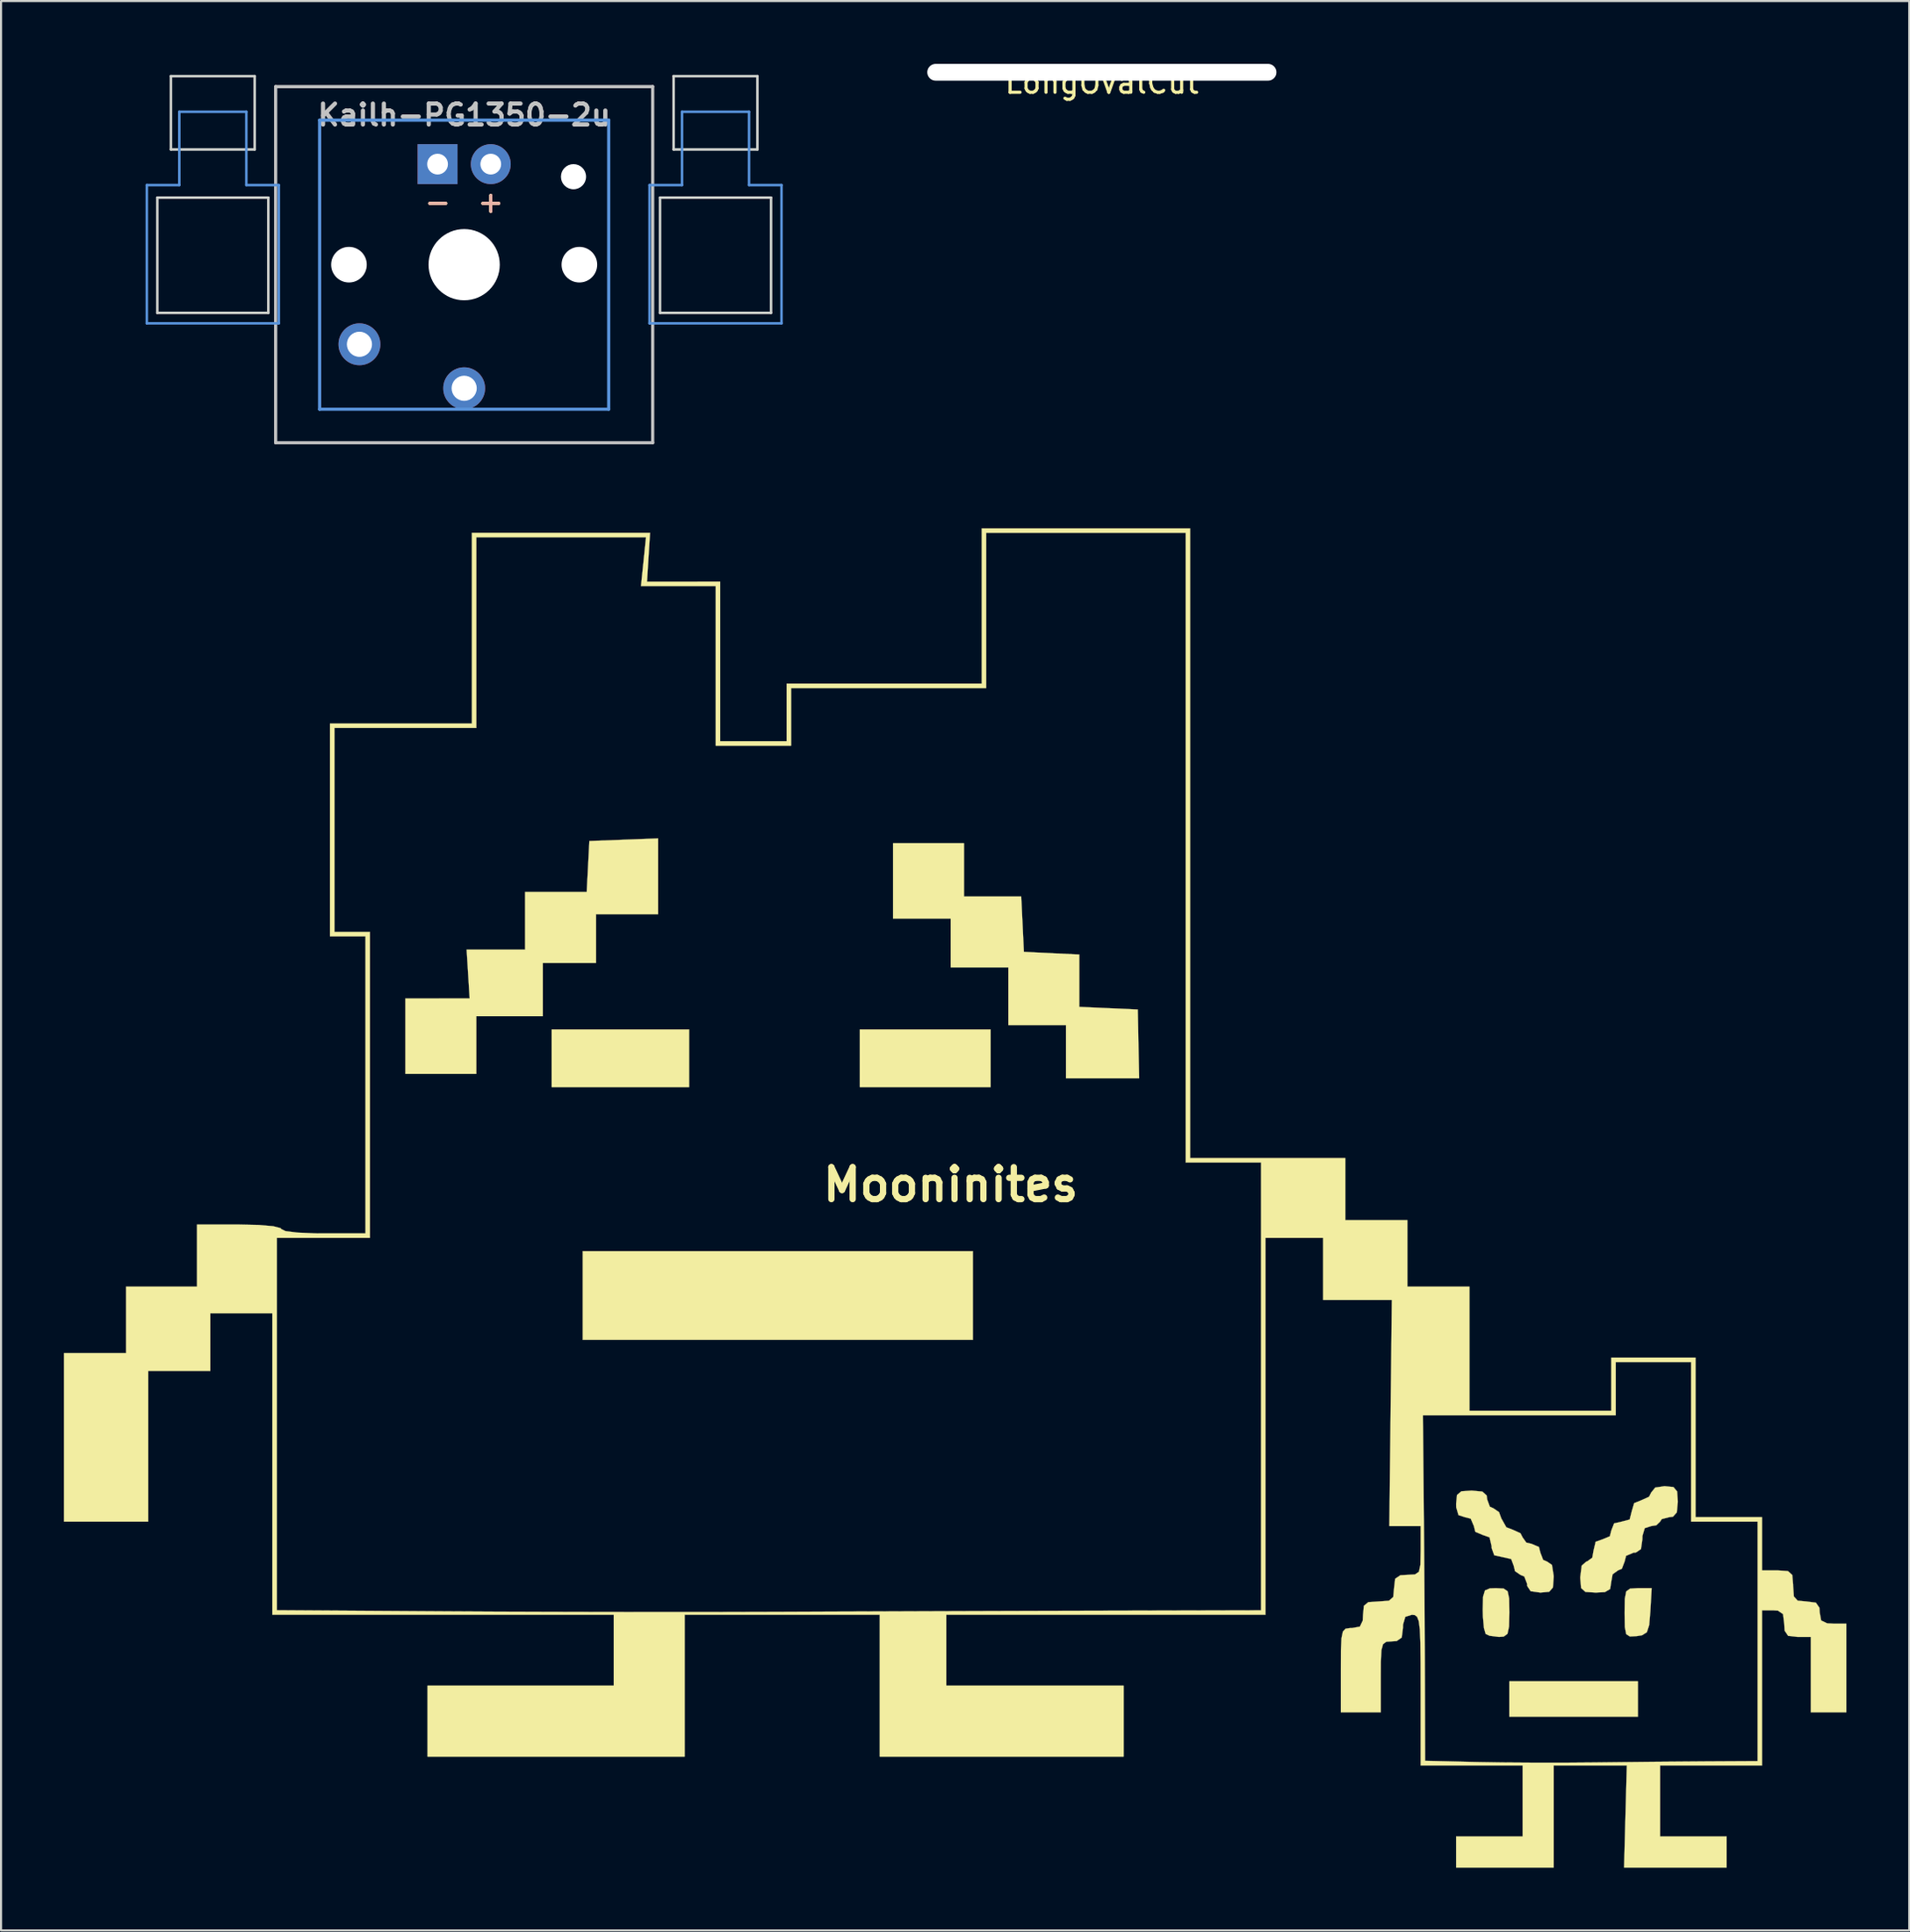
<source format=kicad_pcb>
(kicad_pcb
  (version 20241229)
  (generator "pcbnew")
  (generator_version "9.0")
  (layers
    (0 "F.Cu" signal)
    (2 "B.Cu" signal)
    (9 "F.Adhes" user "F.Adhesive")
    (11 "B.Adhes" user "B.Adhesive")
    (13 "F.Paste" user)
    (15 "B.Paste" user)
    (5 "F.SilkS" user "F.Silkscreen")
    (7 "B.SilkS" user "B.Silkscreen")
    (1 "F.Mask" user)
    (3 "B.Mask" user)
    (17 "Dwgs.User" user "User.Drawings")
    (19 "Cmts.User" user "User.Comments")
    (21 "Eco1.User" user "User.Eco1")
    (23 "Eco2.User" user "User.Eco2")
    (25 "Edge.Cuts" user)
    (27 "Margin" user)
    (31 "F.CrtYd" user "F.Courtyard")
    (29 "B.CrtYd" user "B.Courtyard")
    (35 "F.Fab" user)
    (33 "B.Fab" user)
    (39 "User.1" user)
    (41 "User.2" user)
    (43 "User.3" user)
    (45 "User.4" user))
  (footprint "Mooninites"
    (layer "F.Cu")
    (at 42.338 53.502)
    (property "Reference" "Mooninites" (at 0 0 0) (layer "F.SilkS") (effects (font (size 1.524 1.524) (thickness 0.3))))
    (attr through_hole)
    (fp_poly (pts (xy -12.488 -4.657) (xy -19.05 -4.657) (xy -19.05 -7.408) (xy -12.488 -7.408) (xy -12.488 -4.657)) (stroke (width 0.01) (type solid)) (fill yes) (layer "F.SilkS"))
    (fp_poly (pts (xy 1.058 7.408) (xy -17.568 7.408) (xy -17.568 3.175) (xy 1.058 3.175) (xy 1.058 7.408)) (stroke (width 0.01) (type solid)) (fill yes) (layer "F.SilkS"))
    (fp_poly (pts (xy 1.905 -4.657) (xy -4.339 -4.657) (xy -4.339 -7.408) (xy 1.905 -7.408) (xy 1.905 -4.657)) (stroke (width 0.01) (type solid)) (fill yes) (layer "F.SilkS"))
    (fp_poly (pts (xy 32.808 25.4) (xy 26.67 25.4) (xy 26.67 23.707) (xy 32.808 23.707) (xy 32.808 25.4)) (stroke (width 0.01) (type solid)) (fill yes) (layer "F.SilkS"))
    (fp_poly (pts (xy 33.401 20.373) (xy 33.346 21.024) (xy 33.236 21.365) (xy 33.009 21.509) (xy 32.755 21.551) (xy 32.424 21.569) (xy 32.251 21.458) (xy 32.184 21.122) (xy 32.173 20.462) (xy 32.173 20.44) (xy 32.183 19.769) (xy 32.251 19.418) (xy 32.434 19.284) (xy 32.788 19.262) (xy 32.819 19.262) (xy 33.465 19.262) (xy 33.401 20.373)) (stroke (width 0.01) (type solid)) (fill yes) (layer "F.SilkS"))
    (fp_poly (pts (xy 26.398 19.281) (xy 26.587 19.409) (xy 26.659 19.75) (xy 26.67 20.408) (xy 26.67 20.426) (xy 26.655 21.094) (xy 26.581 21.442) (xy 26.404 21.572) (xy 26.176 21.59) (xy 25.732 21.535) (xy 25.541 21.449) (xy 25.458 21.17) (xy 25.408 20.622) (xy 25.4 20.285) (xy 25.415 19.672) (xy 25.507 19.371) (xy 25.744 19.271) (xy 26.035 19.262) (xy 26.398 19.281)) (stroke (width 0.01) (type solid)) (fill yes) (layer "F.SilkS"))
    (fp_poly (pts (xy -13.97 -12.912) (xy -16.933 -12.912) (xy -16.933 -10.583) (xy -19.473 -10.583) (xy -19.473 -8.043) (xy -22.648 -8.043) (xy -22.648 -5.292) (xy -26.035 -5.292) (xy -26.035 -8.89) (xy -24.5 -8.89) (xy -22.966 -8.889) (xy -23.038 -10.054) (xy -23.111 -11.218) (xy -20.32 -11.218) (xy -20.32 -13.97) (xy -17.378 -13.97) (xy -17.314 -15.187) (xy -17.251 -16.404) (xy -15.61 -16.466) (xy -13.97 -16.528) (xy -13.97 -12.912)) (stroke (width 0.01) (type solid)) (fill yes) (layer "F.SilkS"))
    (fp_poly (pts (xy 0.635 -13.758) (xy 3.366 -13.758) (xy 3.493 -11.113) (xy 4.815 -11.049) (xy 6.138 -10.986) (xy 6.138 -8.486) (xy 7.534 -8.423) (xy 8.931 -8.361) (xy 8.963 -6.72) (xy 8.996 -5.08) (xy 7.25 -5.08) (xy 5.503 -5.08) (xy 5.503 -7.62) (xy 2.752 -7.62) (xy 2.752 -10.372) (xy 0 -10.372) (xy 0 -12.7) (xy -2.752 -12.7) (xy -2.752 -16.298) (xy 0.635 -16.298) (xy 0.635 -13.758)) (stroke (width 0.01) (type solid)) (fill yes) (layer "F.SilkS"))
    (fp_poly (pts (xy 25.381 14.652) (xy 25.587 14.837) (xy 25.612 15.028) (xy 25.738 15.372) (xy 25.914 15.452) (xy 26.177 15.632) (xy 26.285 15.928) (xy 26.526 16.356) (xy 26.829 16.472) (xy 27.201 16.639) (xy 27.305 16.842) (xy 27.481 17.088) (xy 27.728 17.145) (xy 28.082 17.295) (xy 28.152 17.568) (xy 28.284 17.913) (xy 28.469 17.992) (xy 28.704 18.152) (xy 28.786 18.665) (xy 28.787 18.733) (xy 28.751 19.23) (xy 28.572 19.434) (xy 28.152 19.473) (xy 27.687 19.407) (xy 27.523 19.159) (xy 27.517 19.05) (xy 27.384 18.705) (xy 27.199 18.627) (xy 26.941 18.45) (xy 26.882 18.203) (xy 26.758 17.871) (xy 26.352 17.78) (xy 25.95 17.693) (xy 25.826 17.348) (xy 25.823 17.251) (xy 25.724 16.836) (xy 25.4 16.722) (xy 25.046 16.572) (xy 24.977 16.298) (xy 24.827 15.945) (xy 24.553 15.875) (xy 24.243 15.775) (xy 24.134 15.404) (xy 24.13 15.24) (xy 24.171 14.813) (xy 24.381 14.638) (xy 24.871 14.605) (xy 25.381 14.652)) (stroke (width 0.01) (type solid)) (fill yes) (layer "F.SilkS"))
    (fp_poly (pts (xy 34.505 14.435) (xy 34.68 14.644) (xy 34.713 15.134) (xy 34.666 15.645) (xy 34.481 15.851) (xy 34.29 15.875) (xy 33.946 15.964) (xy 33.867 16.087) (xy 33.689 16.259) (xy 33.443 16.298) (xy 33.133 16.398) (xy 33.024 16.769) (xy 33.02 16.933) (xy 32.953 17.398) (xy 32.706 17.562) (xy 32.597 17.568) (xy 32.243 17.718) (xy 32.173 17.992) (xy 32.041 18.336) (xy 31.856 18.415) (xy 31.6 18.599) (xy 31.538 18.944) (xy 31.483 19.302) (xy 31.234 19.449) (xy 30.797 19.473) (xy 30.301 19.441) (xy 30.097 19.256) (xy 30.057 18.789) (xy 30.057 18.733) (xy 30.126 18.185) (xy 30.345 17.993) (xy 30.374 17.992) (xy 30.63 17.808) (xy 30.692 17.462) (xy 30.791 17.048) (xy 31.115 16.933) (xy 31.469 16.784) (xy 31.538 16.51) (xy 31.672 16.17) (xy 32.031 16.087) (xy 32.414 15.986) (xy 32.508 15.616) (xy 32.508 15.61) (xy 32.629 15.204) (xy 32.967 15.067) (xy 33.339 14.899) (xy 33.443 14.696) (xy 33.634 14.46) (xy 34.078 14.393) (xy 34.505 14.435)) (stroke (width 0.01) (type solid)) (fill yes) (layer "F.SilkS"))
    (fp_poly (pts (xy 11.43 -1.27) (xy 18.838 -1.27) (xy 18.838 1.693) (xy 21.802 1.693) (xy 21.802 4.868) (xy 24.765 4.868) (xy 24.765 10.795) (xy 31.538 10.795) (xy 31.538 8.255) (xy 35.56 8.255) (xy 35.56 15.875) (xy 38.735 15.875) (xy 38.735 18.415) (xy 39.476 18.415) (xy 39.972 18.448) (xy 40.176 18.633) (xy 40.217 19.099) (xy 40.217 19.156) (xy 40.252 19.654) (xy 40.432 19.858) (xy 40.852 19.897) (xy 41.305 19.954) (xy 41.472 20.196) (xy 41.487 20.426) (xy 41.555 20.804) (xy 41.846 20.942) (xy 42.122 20.955) (xy 42.757 20.955) (xy 42.757 25.188) (xy 41.063 25.188) (xy 41.063 21.59) (xy 40.428 21.59) (xy 39.979 21.538) (xy 39.813 21.29) (xy 39.793 20.955) (xy 39.736 20.501) (xy 39.494 20.335) (xy 39.264 20.32) (xy 38.735 20.32) (xy 38.735 27.728) (xy 33.867 27.728) (xy 33.867 31.115) (xy 37.042 31.115) (xy 37.042 32.597) (xy 32.148 32.597) (xy 32.213 30.162) (xy 32.279 27.728) (xy 28.787 27.728) (xy 28.787 32.597) (xy 24.13 32.597) (xy 24.13 31.115) (xy 27.305 31.115) (xy 27.305 27.728) (xy 22.437 27.728) (xy 22.437 24.13) (xy 22.434 22.819) (xy 22.423 21.872) (xy 22.396 21.23) (xy 22.346 20.835) (xy 22.265 20.626) (xy 22.148 20.544) (xy 22.013 20.532) (xy 21.703 20.631) (xy 21.594 21.003) (xy 21.59 21.167) (xy 21.533 21.62) (xy 21.291 21.787) (xy 21.061 21.802) (xy 20.798 21.82) (xy 20.641 21.931) (xy 20.562 22.223) (xy 20.535 22.781) (xy 20.532 23.495) (xy 20.532 25.188) (xy 18.627 25.188) (xy 18.627 23.177) (xy 18.63 22.246) (xy 18.655 21.658) (xy 18.722 21.336) (xy 18.852 21.198) (xy 19.066 21.167) (xy 19.156 21.167) (xy 19.534 21.098) (xy 19.672 20.808) (xy 19.685 20.532) (xy 19.726 20.105) (xy 19.936 19.93) (xy 20.426 19.897) (xy 20.924 19.861) (xy 21.128 19.682) (xy 21.167 19.262) (xy 21.219 18.812) (xy 21.467 18.646) (xy 21.802 18.627) (xy 22.165 18.607) (xy 22.354 18.479) (xy 22.425 18.138) (xy 22.437 17.48) (xy 22.437 17.462) (xy 22.437 16.298) (xy 20.941 16.298) (xy 21 11.007) (xy 22.543 11.007) (xy 22.586 15.611) (xy 22.601 17.277) (xy 22.614 19.09) (xy 22.626 20.905) (xy 22.634 22.575) (xy 22.639 23.859) (xy 22.648 27.503) (xy 25.135 27.563) (xy 26.341 27.583) (xy 27.788 27.593) (xy 29.296 27.594) (xy 30.683 27.583) (xy 30.692 27.583) (xy 32.062 27.567) (xy 33.54 27.551) (xy 34.951 27.539) (xy 36.117 27.53) (xy 36.142 27.53) (xy 38.523 27.517) (xy 38.523 16.087) (xy 35.348 16.087) (xy 35.348 8.467) (xy 31.75 8.467) (xy 31.75 11.007) (xy 27.146 11.007) (xy 22.543 11.007) (xy 21 11.007) (xy 21.001 10.901) (xy 21.061 5.503) (xy 19.42 5.503) (xy 17.78 5.503) (xy 17.78 2.54) (xy 15.028 2.54) (xy 15.028 20.532) (xy -0.212 20.532) (xy -0.212 23.918) (xy 8.255 23.918) (xy 8.255 27.305) (xy -3.387 27.305) (xy -3.387 20.532) (xy -12.7 20.532) (xy -12.7 27.305) (xy -24.977 27.305) (xy -24.977 23.918) (xy -16.087 23.918) (xy -16.087 20.532) (xy -32.385 20.532) (xy -32.385 6.138) (xy -35.348 6.138) (xy -35.348 8.89) (xy -38.312 8.89) (xy -38.312 16.087) (xy -42.333 16.087) (xy -42.333 8.043) (xy -39.37 8.043) (xy -39.37 4.868) (xy -35.983 4.868) (xy -35.983 2.54) (xy -32.173 2.54) (xy -32.173 20.315) (xy -23.971 20.37) (xy -21.695 20.383) (xy -19.16 20.392) (xy -16.49 20.398) (xy -13.813 20.401) (xy -11.253 20.4) (xy -8.936 20.394) (xy -8.043 20.391) (xy -5.808 20.381) (xy -3.297 20.372) (xy -0.644 20.362) (xy 2.016 20.353) (xy 4.549 20.345) (xy 6.82 20.339) (xy 7.25 20.338) (xy 14.817 20.32) (xy 14.817 -1.058) (xy 11.218 -1.058) (xy 11.218 -31.115) (xy 1.693 -31.115) (xy 1.693 -23.707) (xy -7.62 -23.707) (xy -7.62 -20.955) (xy -11.218 -20.955) (xy -11.218 -28.575) (xy -13.002 -28.575) (xy -14.786 -28.575) (xy -14.666 -29.739) (xy -14.546 -30.903) (xy -22.648 -30.903) (xy -22.648 -21.802) (xy -29.422 -21.802) (xy -29.422 -12.065) (xy -27.728 -12.065) (xy -27.728 2.54) (xy -32.173 2.54) (xy -35.983 2.54) (xy -35.983 1.905) (xy -33.972 1.905) (xy -33.024 1.926) (xy -32.343 1.985) (xy -31.994 2.074) (xy -31.962 2.117) (xy -31.761 2.217) (xy -31.203 2.288) (xy -30.352 2.325) (xy -29.951 2.328) (xy -27.94 2.328) (xy -27.94 -11.853) (xy -29.633 -11.853) (xy -29.633 -22.013) (xy -22.86 -22.013) (xy -22.86 -31.115) (xy -14.354 -31.115) (xy -14.427 -29.951) (xy -14.499 -28.786) (xy -12.753 -28.786) (xy -11.007 -28.787) (xy -11.007 -21.167) (xy -7.832 -21.167) (xy -7.832 -23.918) (xy 1.482 -23.918) (xy 1.482 -31.327) (xy 11.43 -31.327) (xy 11.43 -1.27)) (stroke (width 0.01) (type solid)) (fill yes) (layer "F.SilkS")))
  (footprint "LongOvalCut"
    (layer "F.Cu")
    (at 49.554 0.4)
    (property "Reference" "LongOvalCut" (at 0 0.5 0) (layer "F.SilkS") (effects (font (size 1 1) (thickness 0.15))))
    (attr through_hole)
    (pad "" np_thru_hole oval (at 0 0) (size 16.669 0.8) (drill oval 16.669 0.8) (layers "*.Cu" "*.Mask")))
  (footprint "Kailh-PG1350-2u"
    (layer "F.Cu")
    (at 19.11 9.585)
    (property "Reference" "Kailh-PG1350-2u" (at 0 -7.144 180) (layer "Dwgs.User") (effects (font (size 1 1) (thickness 0.2))))
    (attr through_hole)
    (fp_line (start -9 -8.5) (end 9 -8.5) (stroke (width 0.152) (type solid)) (layer "Dwgs.User"))
    (fp_line (start -9 8.5) (end -9 -8.5) (stroke (width 0.152) (type solid)) (layer "Dwgs.User"))
    (fp_line (start 9 -8.5) (end 9 8.5) (stroke (width 0.152) (type solid)) (layer "Dwgs.User"))
    (fp_line (start 9 8.5) (end -9 8.5) (stroke (width 0.152) (type solid)) (layer "Dwgs.User"))
    (fp_line (start -15.15 -3.8) (end -13.6 -3.8) (stroke (width 0.12) (type solid)) (layer "Cmts.User"))
    (fp_line (start -15.15 2.8) (end -15.15 -3.8) (stroke (width 0.12) (type solid)) (layer "Cmts.User"))
    (fp_line (start -15.15 2.8) (end -8.85 2.8) (stroke (width 0.12) (type solid)) (layer "Cmts.User"))
    (fp_line (start -13.6 -7.3) (end -13.6 -3.8) (stroke (width 0.12) (type solid)) (layer "Cmts.User"))
    (fp_line (start -13.6 -7.3) (end -10.4 -7.3) (stroke (width 0.12) (type solid)) (layer "Cmts.User"))
    (fp_line (start -10.4 -7.3) (end -10.4 -3.8) (stroke (width 0.12) (type solid)) (layer "Cmts.User"))
    (fp_line (start -10.4 -3.8) (end -8.85 -3.8) (stroke (width 0.12) (type solid)) (layer "Cmts.User"))
    (fp_line (start -8.85 2.8) (end -8.85 -3.8) (stroke (width 0.12) (type solid)) (layer "Cmts.User"))
    (fp_line (start -6.9 -6.9) (end 6.9 -6.9) (stroke (width 0.152) (type solid)) (layer "Cmts.User"))
    (fp_line (start -6.9 6.9) (end -6.9 -6.9) (stroke (width 0.152) (type solid)) (layer "Cmts.User"))
    (fp_line (start 6.9 -6.9) (end 6.9 6.9) (stroke (width 0.152) (type solid)) (layer "Cmts.User"))
    (fp_line (start 6.9 6.9) (end -6.9 6.9) (stroke (width 0.152) (type solid)) (layer "Cmts.User"))
    (fp_line (start 8.85 -3.8) (end 10.4 -3.8) (stroke (width 0.12) (type solid)) (layer "Cmts.User"))
    (fp_line (start 8.85 2.8) (end 8.85 -3.8) (stroke (width 0.12) (type solid)) (layer "Cmts.User"))
    (fp_line (start 8.85 2.8) (end 15.15 2.8) (stroke (width 0.12) (type solid)) (layer "Cmts.User"))
    (fp_line (start 10.4 -7.3) (end 10.4 -3.8) (stroke (width 0.12) (type solid)) (layer "Cmts.User"))
    (fp_line (start 10.4 -7.3) (end 13.6 -7.3) (stroke (width 0.12) (type solid)) (layer "Cmts.User"))
    (fp_line (start 13.6 -7.3) (end 13.6 -3.8) (stroke (width 0.12) (type solid)) (layer "Cmts.User"))
    (fp_line (start 13.6 -3.8) (end 15.15 -3.8) (stroke (width 0.12) (type solid)) (layer "Cmts.User"))
    (fp_line (start 15.15 2.8) (end 15.15 -3.8) (stroke (width 0.12) (type solid)) (layer "Cmts.User"))
    (fp_line (start -19.05 -9.525) (end -19.05 9.525) (stroke (width 0.12) (type solid)) (layer "Eco1.User"))
    (fp_line (start -19.05 -9.525) (end 19.05 -9.525) (stroke (width 0.12) (type solid)) (layer "Eco1.User"))
    (fp_line (start -19.05 9.525) (end 19.05 9.525) (stroke (width 0.12) (type solid)) (layer "Eco1.User"))
    (fp_line (start 19.05 -9.525) (end 19.05 9.525) (stroke (width 0.12) (type solid)) (layer "Eco1.User"))
    (fp_line (start -7.5 -7.5) (end 7.5 -7.5) (stroke (width 0.152) (type solid)) (layer "Eco2.User"))
    (fp_line (start -7.5 7.5) (end -7.5 -7.5) (stroke (width 0.152) (type solid)) (layer "Eco2.User"))
    (fp_line (start 7.5 -7.5) (end 7.5 7.5) (stroke (width 0.152) (type solid)) (layer "Eco2.User"))
    (fp_line (start 7.5 7.5) (end -7.5 7.5) (stroke (width 0.152) (type solid)) (layer "Eco2.User"))
    (fp_line (start -14.65 -3.2) (end -14.65 2.3) (stroke (width 0.12) (type solid)) (layer "Edge.Cuts"))
    (fp_line (start -14.65 -3.2) (end -9.35 -3.2) (stroke (width 0.12) (type solid)) (layer "Edge.Cuts"))
    (fp_line (start -14.65 2.3) (end -9.35 2.3) (stroke (width 0.12) (type solid)) (layer "Edge.Cuts"))
    (fp_line (start -14 -9) (end -14 -5.5) (stroke (width 0.12) (type solid)) (layer "Edge.Cuts"))
    (fp_line (start -14 -9) (end -10 -9) (stroke (width 0.12) (type solid)) (layer "Edge.Cuts"))
    (fp_line (start -14 -5.5) (end -10 -5.5) (stroke (width 0.12) (type solid)) (layer "Edge.Cuts"))
    (fp_line (start -10 -5.5) (end -10 -9) (stroke (width 0.12) (type solid)) (layer "Edge.Cuts"))
    (fp_line (start -9.35 2.3) (end -9.35 -3.2) (stroke (width 0.12) (type solid)) (layer "Edge.Cuts"))
    (fp_line (start 9.35 -3.2) (end 9.35 2.3) (stroke (width 0.12) (type solid)) (layer "Edge.Cuts"))
    (fp_line (start 9.35 -3.2) (end 14.65 -3.2) (stroke (width 0.12) (type solid)) (layer "Edge.Cuts"))
    (fp_line (start 9.35 2.3) (end 14.65 2.3) (stroke (width 0.12) (type solid)) (layer "Edge.Cuts"))
    (fp_line (start 10 -9) (end 10 -5.5) (stroke (width 0.12) (type solid)) (layer "Edge.Cuts"))
    (fp_line (start 10 -9) (end 14 -9) (stroke (width 0.12) (type solid)) (layer "Edge.Cuts"))
    (fp_line (start 10 -5.5) (end 14 -5.5) (stroke (width 0.12) (type solid)) (layer "Edge.Cuts"))
    (fp_line (start 14 -5.5) (end 14 -9) (stroke (width 0.12) (type solid)) (layer "Edge.Cuts"))
    (fp_line (start 14.65 2.3) (end 14.65 -3.2) (stroke (width 0.12) (type solid)) (layer "Edge.Cuts"))
    (fp_text user "+" (at 1.27 -3 180) (layer "F.SilkS") (effects (font (size 1 1) (thickness 0.15))))
    (fp_text user "-" (at -1.26 -3 180) (layer "F.SilkS") (effects (font (size 1 1) (thickness 0.15))))
    (fp_text user "+" (at 1.27 -3 180) (layer "B.SilkS") (effects (font (size 1 1) (thickness 0.15)) (justify mirror)))
    (fp_text user "-" (at -1.26 -3 180) (layer "B.SilkS") (effects (font (size 1 1) (thickness 0.15)) (justify mirror)))
    (pad "" np_thru_hole circle (at -5.5 0 180) (size 1.7 1.7) (drill 1.7) (layers "*.Cu" "*.Mask"))
    (pad "" np_thru_hole circle (at 0 0 180) (size 3.4 3.4) (drill 3.4) (layers "*.Cu" "*.Mask"))
    (pad "" np_thru_hole circle (at 5.22 -4.2 180) (size 1.2 1.2) (drill 1.2) (layers "*.Cu" "*.Mask"))
    (pad "" np_thru_hole circle (at 5.5 0 180) (size 1.7 1.7) (drill 1.7) (layers "*.Cu" "*.Mask"))
    (pad "1" thru_hole circle (at 0 5.9 180) (size 2 2) (drill 1.2) (layers "*.Cu" "*.Mask"))
    (pad "2" thru_hole circle (at -5 3.8 41.9) (size 2 2) (drill 1.2) (layers "*.Cu" "*.Mask"))
    (pad "3" thru_hole circle (at 1.27 -4.8 180) (size 1.905 1.905) (drill 0.991) (layers "*.Cu" "*.Mask"))
    (pad "4" thru_hole rect (at -1.27 -4.8 180) (size 1.905 1.905) (drill 0.991) (layers "*.Cu" "*.Mask")))
  (gr_rect
    (start -3 -3)
    (end 88.1 89.103)
    (stroke (width 0.1) (type default))
    (fill no)
    (layer "Edge.Cuts")))
</source>
